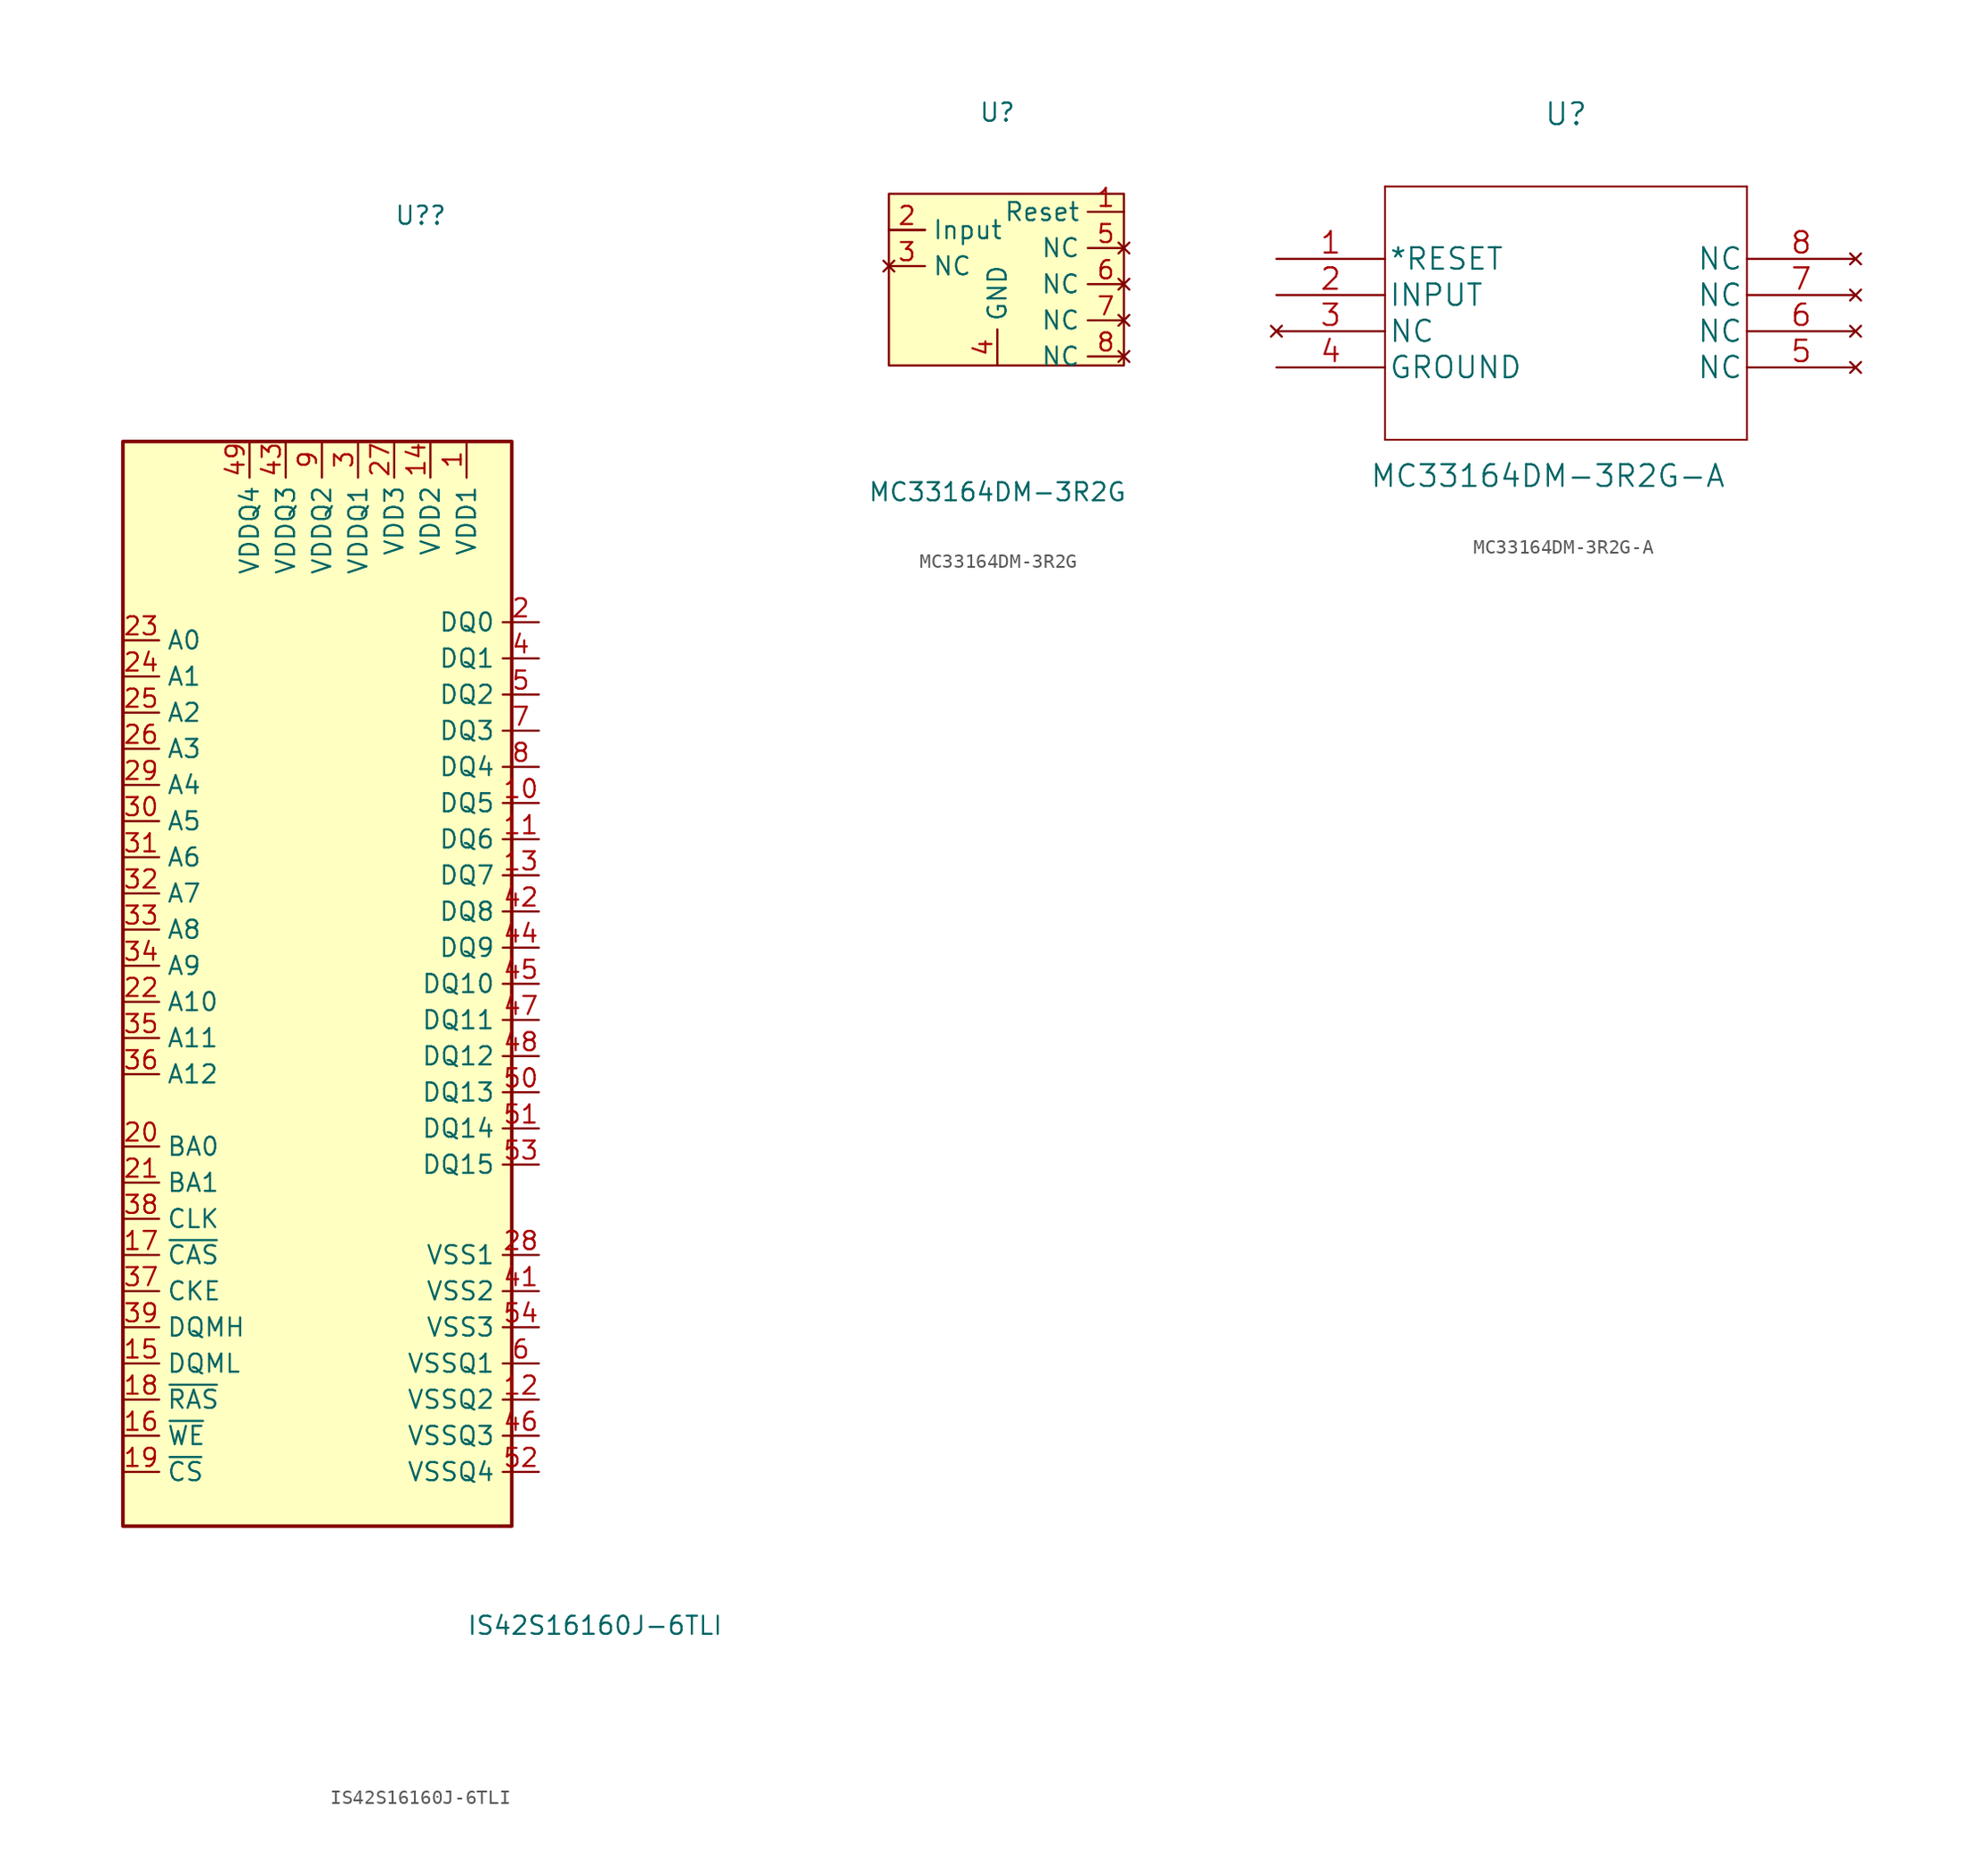
<source format=kicad_sym>
(kicad_symbol_lib
  (version 20211014)
  (generator kicad_symbol_editor)
  (symbol "IS42S16160J-6TLI"
    (property "Reference" "U?"
      (at 2.54 59.055 0)
      (effects (font (size 1.27 1.27)) (justify left)))
    (property "Value" "IS42S16160J-6TLI"
      (at 7.62 -40.005 0)
      (effects (font (size 1.27 1.27)) (justify left)))
    (symbol "IS42S16160J-6TLI_1_1"
      (rectangle (start -16.51 43.18) (end 10.795 -33.02) (stroke (width 0.254) (type default) (color 0 0 0 0)) (fill (type background)))
      (pin power_in line (at 7.62 43.18 270) (length 2.54) (name "VDD1" (effects (font (size 1.27 1.27)))) (number "1" (effects (font (size 1.27 1.27)))))
      (pin bidirectional line (at 12.7 17.78 180) (length 2.54) (name "DQ5" (effects (font (size 1.27 1.27)))) (number "10" (effects (font (size 1.27 1.27)))))
      (pin bidirectional line (at 12.7 15.24 180) (length 2.54) (name "DQ6" (effects (font (size 1.27 1.27)))) (number "11" (effects (font (size 1.27 1.27)))))
      (pin power_in line (at 12.7 -24.13 180) (length 2.54) (name "VSSQ2" (effects (font (size 1.27 1.27)))) (number "12" (effects (font (size 1.27 1.27)))))
      (pin bidirectional line (at 12.7 12.7 180) (length 2.54) (name "DQ7" (effects (font (size 1.27 1.27)))) (number "13" (effects (font (size 1.27 1.27)))))
      (pin power_in line (at 5.08 43.18 270) (length 2.54) (name "VDD2" (effects (font (size 1.27 1.27)))) (number "14" (effects (font (size 1.27 1.27)))))
      (pin input line (at -16.51 -21.59 0) (length 2.54) (name "DQML" (effects (font (size 1.27 1.27)))) (number "15" (effects (font (size 1.27 1.27)))))
      (pin input line (at -16.51 -26.67 0) (length 2.54) (name "~{WE}" (effects (font (size 1.27 1.27)))) (number "16" (effects (font (size 1.27 1.27)))))
      (pin input line (at -16.51 -13.97 0) (length 2.54) (name "~{CAS}" (effects (font (size 1.27 1.27)))) (number "17" (effects (font (size 1.27 1.27)))))
      (pin input line (at -16.51 -24.13 0) (length 2.54) (name "~{RAS}" (effects (font (size 1.27 1.27)))) (number "18" (effects (font (size 1.27 1.27)))))
      (pin input line (at -16.51 -29.21 0) (length 2.54) (name "~{CS}" (effects (font (size 1.27 1.27)))) (number "19" (effects (font (size 1.27 1.27)))))
      (pin bidirectional line (at 12.7 30.48 180) (length 2.54) (name "DQ0" (effects (font (size 1.27 1.27)))) (number "2" (effects (font (size 1.27 1.27)))))
      (pin input line (at -16.51 -6.35 0) (length 2.54) (name "BA0" (effects (font (size 1.27 1.27)))) (number "20" (effects (font (size 1.27 1.27)))))
      (pin input line (at -16.51 -8.89 0) (length 2.54) (name "BA1" (effects (font (size 1.27 1.27)))) (number "21" (effects (font (size 1.27 1.27)))))
      (pin input line (at -16.51 3.81 0) (length 2.54) (name "A10" (effects (font (size 1.27 1.27)))) (number "22" (effects (font (size 1.27 1.27)))))
      (pin input line (at -16.51 29.21 0) (length 2.54) (name "A0" (effects (font (size 1.27 1.27)))) (number "23" (effects (font (size 1.27 1.27)))))
      (pin input line (at -16.51 26.67 0) (length 2.54) (name "A1" (effects (font (size 1.27 1.27)))) (number "24" (effects (font (size 1.27 1.27)))))
      (pin input line (at -16.51 24.13 0) (length 2.54) (name "A2" (effects (font (size 1.27 1.27)))) (number "25" (effects (font (size 1.27 1.27)))))
      (pin input line (at -16.51 21.59 0) (length 2.54) (name "A3" (effects (font (size 1.27 1.27)))) (number "26" (effects (font (size 1.27 1.27)))))
      (pin power_in line (at 2.54 43.18 270) (length 2.54) (name "VDD3" (effects (font (size 1.27 1.27)))) (number "27" (effects (font (size 1.27 1.27)))))
      (pin power_in line (at 12.7 -13.97 180) (length 2.54) (name "VSS1" (effects (font (size 1.27 1.27)))) (number "28" (effects (font (size 1.27 1.27)))))
      (pin input line (at -16.51 19.05 0) (length 2.54) (name "A4" (effects (font (size 1.27 1.27)))) (number "29" (effects (font (size 1.27 1.27)))))
      (pin power_in line (at 0 43.18 270) (length 2.54) (name "VDDQ1" (effects (font (size 1.27 1.27)))) (number "3" (effects (font (size 1.27 1.27)))))
      (pin input line (at -16.51 16.51 0) (length 2.54) (name "A5" (effects (font (size 1.27 1.27)))) (number "30" (effects (font (size 1.27 1.27)))))
      (pin input line (at -16.51 13.97 0) (length 2.54) (name "A6" (effects (font (size 1.27 1.27)))) (number "31" (effects (font (size 1.27 1.27)))))
      (pin input line (at -16.51 11.43 0) (length 2.54) (name "A7" (effects (font (size 1.27 1.27)))) (number "32" (effects (font (size 1.27 1.27)))))
      (pin input line (at -16.51 8.89 0) (length 2.54) (name "A8" (effects (font (size 1.27 1.27)))) (number "33" (effects (font (size 1.27 1.27)))))
      (pin input line (at -16.51 6.35 0) (length 2.54) (name "A9" (effects (font (size 1.27 1.27)))) (number "34" (effects (font (size 1.27 1.27)))))
      (pin input line (at -16.51 1.27 0) (length 2.54) (name "A11" (effects (font (size 1.27 1.27)))) (number "35" (effects (font (size 1.27 1.27)))))
      (pin input line (at -16.51 -1.27 0) (length 2.54) (name "A12" (effects (font (size 1.27 1.27)))) (number "36" (effects (font (size 1.27 1.27)))))
      (pin input line (at -16.51 -16.51 0) (length 2.54) (name "CKE" (effects (font (size 1.27 1.27)))) (number "37" (effects (font (size 1.27 1.27)))))
      (pin input line (at -16.51 -11.43 0) (length 2.54) (name "CLK" (effects (font (size 1.27 1.27)))) (number "38" (effects (font (size 1.27 1.27)))))
      (pin input line (at -16.51 -19.05 0) (length 2.54) (name "DQMH" (effects (font (size 1.27 1.27)))) (number "39" (effects (font (size 1.27 1.27)))))
      (pin bidirectional line (at 12.7 27.94 180) (length 2.54) (name "DQ1" (effects (font (size 1.27 1.27)))) (number "4" (effects (font (size 1.27 1.27)))))
      (pin no_connect line (at 12.7 -11.43 180) (length 2.54) hide (name "NC" (effects (font (size 1.27 1.27)))) (number "40" (effects (font (size 1.27 1.27)))))
      (pin power_in line (at 12.7 -16.51 180) (length 2.54) (name "VSS2" (effects (font (size 1.27 1.27)))) (number "41" (effects (font (size 1.27 1.27)))))
      (pin bidirectional line (at 12.7 10.16 180) (length 2.54) (name "DQ8" (effects (font (size 1.27 1.27)))) (number "42" (effects (font (size 1.27 1.27)))))
      (pin power_in line (at -5.08 43.18 270) (length 2.54) (name "VDDQ3" (effects (font (size 1.27 1.27)))) (number "43" (effects (font (size 1.27 1.27)))))
      (pin bidirectional line (at 12.7 7.62 180) (length 2.54) (name "DQ9" (effects (font (size 1.27 1.27)))) (number "44" (effects (font (size 1.27 1.27)))))
      (pin bidirectional line (at 12.7 5.08 180) (length 2.54) (name "DQ10" (effects (font (size 1.27 1.27)))) (number "45" (effects (font (size 1.27 1.27)))))
      (pin power_in line (at 12.7 -26.67 180) (length 2.54) (name "VSSQ3" (effects (font (size 1.27 1.27)))) (number "46" (effects (font (size 1.27 1.27)))))
      (pin bidirectional line (at 12.7 2.54 180) (length 2.54) (name "DQ11" (effects (font (size 1.27 1.27)))) (number "47" (effects (font (size 1.27 1.27)))))
      (pin bidirectional line (at 12.7 0 180) (length 2.54) (name "DQ12" (effects (font (size 1.27 1.27)))) (number "48" (effects (font (size 1.27 1.27)))))
      (pin power_in line (at -7.62 43.18 270) (length 2.54) (name "VDDQ4" (effects (font (size 1.27 1.27)))) (number "49" (effects (font (size 1.27 1.27)))))
      (pin bidirectional line (at 12.7 25.4 180) (length 2.54) (name "DQ2" (effects (font (size 1.27 1.27)))) (number "5" (effects (font (size 1.27 1.27)))))
      (pin bidirectional line (at 12.7 -2.54 180) (length 2.54) (name "DQ13" (effects (font (size 1.27 1.27)))) (number "50" (effects (font (size 1.27 1.27)))))
      (pin bidirectional line (at 12.7 -5.08 180) (length 2.54) (name "DQ14" (effects (font (size 1.27 1.27)))) (number "51" (effects (font (size 1.27 1.27)))))
      (pin power_in line (at 12.7 -29.21 180) (length 2.54) (name "VSSQ4" (effects (font (size 1.27 1.27)))) (number "52" (effects (font (size 1.27 1.27)))))
      (pin bidirectional line (at 12.7 -7.62 180) (length 2.54) (name "DQ15" (effects (font (size 1.27 1.27)))) (number "53" (effects (font (size 1.27 1.27)))))
      (pin power_in line (at 12.7 -19.05 180) (length 2.54) (name "VSS3" (effects (font (size 1.27 1.27)))) (number "54" (effects (font (size 1.27 1.27)))))
      (pin power_in line (at 12.7 -21.59 180) (length 2.54) (name "VSSQ1" (effects (font (size 1.27 1.27)))) (number "6" (effects (font (size 1.27 1.27)))))
      (pin bidirectional line (at 12.7 22.86 180) (length 2.54) (name "DQ3" (effects (font (size 1.27 1.27)))) (number "7" (effects (font (size 1.27 1.27)))))
      (pin bidirectional line (at 12.7 20.32 180) (length 2.54) (name "DQ4" (effects (font (size 1.27 1.27)))) (number "8" (effects (font (size 1.27 1.27)))))
      (pin power_in line (at -2.54 43.18 270) (length 2.54) (name "VDDQ2" (effects (font (size 1.27 1.27)))) (number "9" (effects (font (size 1.27 1.27)))))))
  (symbol "MC33164DM-3R2G"
    (property "Reference" "U"
      (at 0 23.495 0)
      (effects (font (size 1.27 1.27))))
    (property "Value" "MC33164DM-3R2G"
      (at 0 -3.175 0)
      (effects (font (size 1.27 1.27))))
    (symbol "MC33164DM-3R2G_0_1"
      (rectangle (start -7.62 17.78) (end 8.89 5.715) (stroke (width 0) (type default) (color 0 0 0 0)) (fill (type background))))
    (symbol "MC33164DM-3R2G_1_1"
      (pin input line (at -7.62 15.24 0) (length 2.54) (name "" (effects (font (size 1.27 1.27)))) (number "" (effects (font (size 1.27 1.27)))))
      (pin output line (at 8.89 16.51 180) (length 2.54) (name "Reset" (effects (font (size 1.27 1.27)))) (number "1" (effects (font (size 1.27 1.27)))))
      (pin input line (at -7.62 15.24 0) (length 2.54) (name "Input" (effects (font (size 1.27 1.27)))) (number "2" (effects (font (size 1.27 1.27)))))
      (pin no_connect line (at -7.62 12.7 0) (length 2.54) (name "NC" (effects (font (size 1.27 1.27)))) (number "3" (effects (font (size 1.27 1.27)))))
      (pin power_in line (at 0 5.715 90) (length 2.54) (name "GND" (effects (font (size 1.27 1.27)))) (number "4" (effects (font (size 1.27 1.27)))))
      (pin no_connect line (at 8.89 13.97 180) (length 2.54) (name "NC" (effects (font (size 1.27 1.27)))) (number "5" (effects (font (size 1.27 1.27)))))
      (pin no_connect line (at 8.89 11.43 180) (length 2.54) (name "NC" (effects (font (size 1.27 1.27)))) (number "6" (effects (font (size 1.27 1.27)))))
      (pin no_connect line (at 8.89 8.89 180) (length 2.54) (name "NC" (effects (font (size 1.27 1.27)))) (number "7" (effects (font (size 1.27 1.27)))))
      (pin no_connect line (at 8.89 6.35 180) (length 2.54) (name "NC" (effects (font (size 1.27 1.27)))) (number "8" (effects (font (size 1.27 1.27)))))))
  (symbol "MC33164DM-3R2G-A"
    (pin_names
      (offset 0.254))
    (property "Reference" "U"
      (at 20.32 10.16 0)
      (effects (font (size 1.524 1.524))))
    (property "Value" "MC33164DM-3R2G-A"
      (at 19.05 -15.24 0)
      (effects (font (size 1.524 1.524))))
    (property "Datasheet" ""
      (at 0 0 0)
      (effects (font (size 1.524 1.524))))
    (property "ki_locked" ""
      (at 0 0 0)
      (effects (font (size 1.27 1.27))))
    (symbol "MC33164DM-3R2G-A_1_1"
      (polyline (pts (xy 7.62 -12.7) (xy 33.02 -12.7)) (stroke (width 0.127) (type default) (color 0 0 0 0)) (fill (type none)))
      (polyline (pts (xy 7.62 5.08) (xy 7.62 -12.7)) (stroke (width 0.127) (type default) (color 0 0 0 0)) (fill (type none)))
      (polyline (pts (xy 33.02 -12.7) (xy 33.02 5.08)) (stroke (width 0.127) (type default) (color 0 0 0 0)) (fill (type none)))
      (polyline (pts (xy 33.02 5.08) (xy 7.62 5.08)) (stroke (width 0.127) (type default) (color 0 0 0 0)) (fill (type none)))
      (pin unspecified line (at 0 0 0) (length 7.62) (name "*RESET" (effects (font (size 1.499 1.499)))) (number "1" (effects (font (size 1.499 1.499)))))
      (pin input line (at 0 -2.54 0) (length 7.62) (name "INPUT" (effects (font (size 1.499 1.499)))) (number "2" (effects (font (size 1.499 1.499)))))
      (pin no_connect line (at 0 -5.08 0) (length 7.62) (name "NC" (effects (font (size 1.499 1.499)))) (number "3" (effects (font (size 1.499 1.499)))))
      (pin power_in line (at 0 -7.62 0) (length 7.62) (name "GROUND" (effects (font (size 1.499 1.499)))) (number "4" (effects (font (size 1.499 1.499)))))
      (pin no_connect line (at 40.64 -7.62 180) (length 7.62) (name "NC" (effects (font (size 1.499 1.499)))) (number "5" (effects (font (size 1.499 1.499)))))
      (pin no_connect line (at 40.64 -5.08 180) (length 7.62) (name "NC" (effects (font (size 1.499 1.499)))) (number "6" (effects (font (size 1.499 1.499)))))
      (pin no_connect line (at 40.64 -2.54 180) (length 7.62) (name "NC" (effects (font (size 1.499 1.499)))) (number "7" (effects (font (size 1.499 1.499)))))
      (pin no_connect line (at 40.64 0 180) (length 7.62) (name "NC" (effects (font (size 1.499 1.499)))) (number "8" (effects (font (size 1.499 1.499))))))))
</source>
